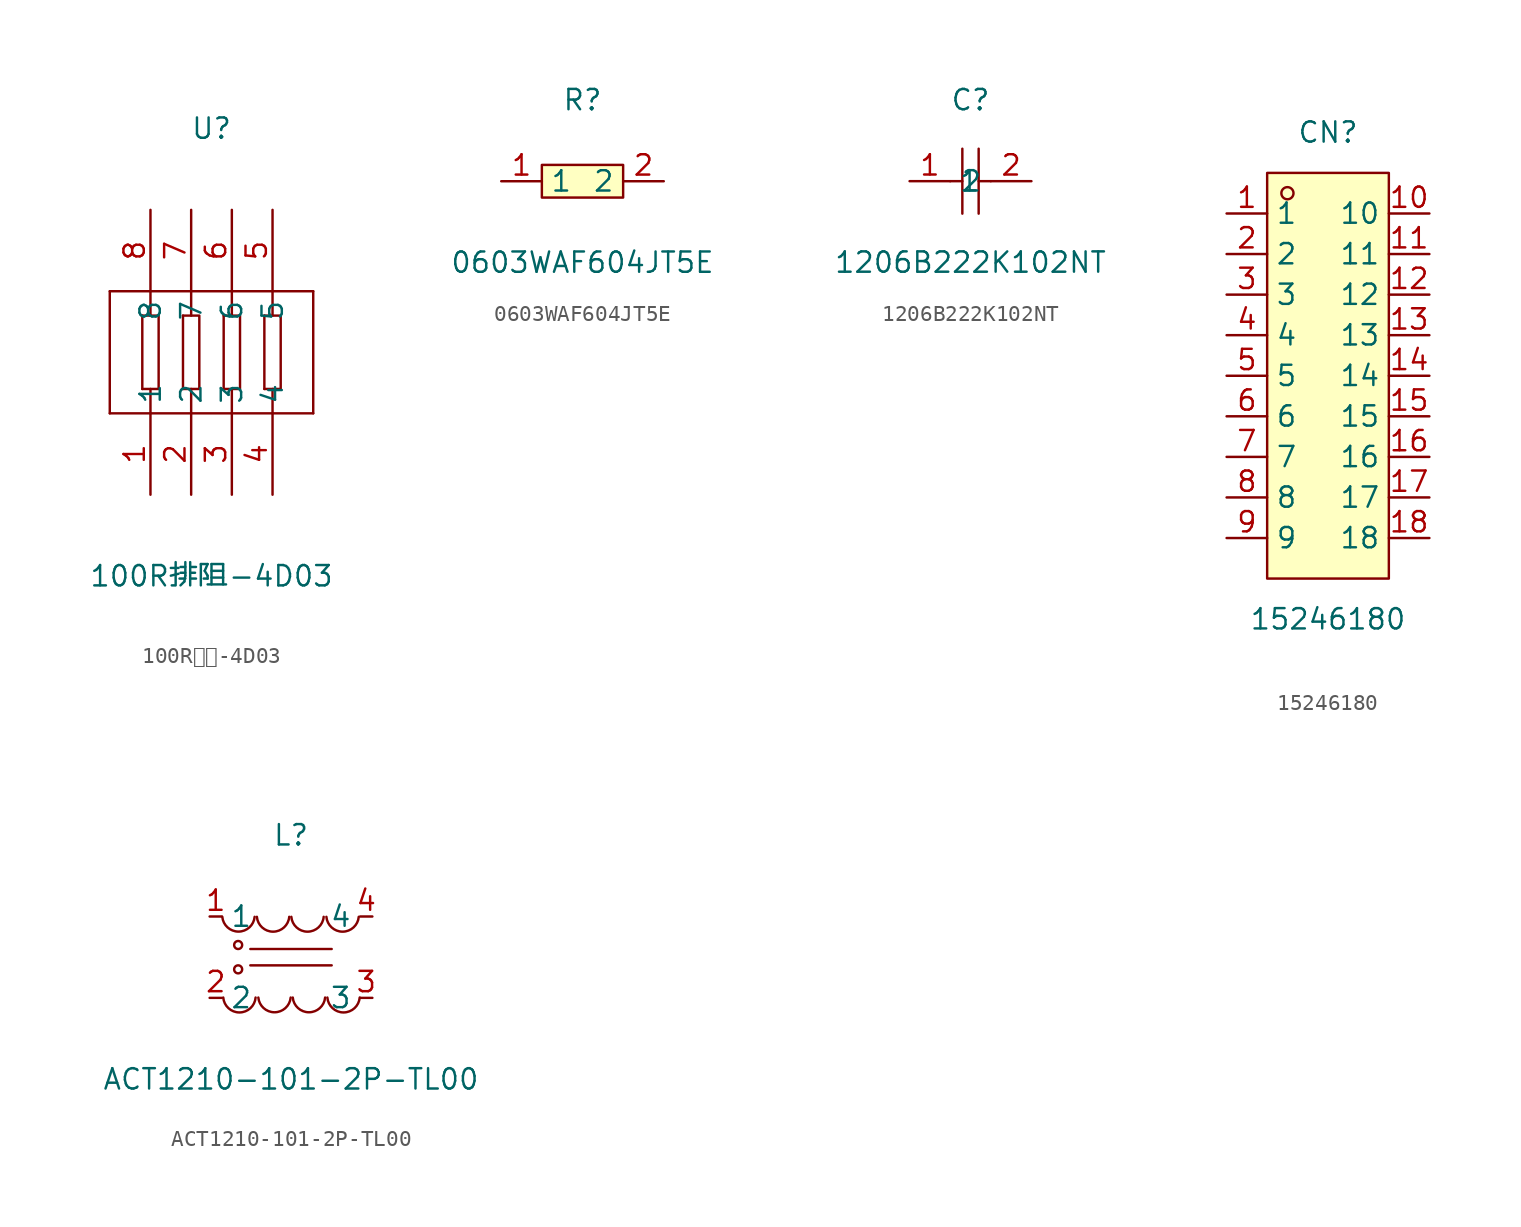
<source format=kicad_sym>
(kicad_symbol_lib
  (version 20211014)
  (generator https://github.com/uPesy/easyeda2kicad.py)
  (symbol "100R排阻-4D03"
    (property "Reference" "U"
      (at 0 13.97 0)
      (effects (font (size 1.27 1.27))))
    (property "Value" "100R排阻-4D03"
      (at 0 -13.97 0)
      (effects (font (size 1.27 1.27))))
    (symbol "100R排阻-4D03_0_1"
      (polyline (pts (xy 3.81 -3.81) (xy 3.81 -2.29)) (stroke (width 0) (type default) (color 0 0 0 0)) (fill (type none)))
      (polyline (pts (xy -6.35 -3.81) (xy 6.35 -3.81)) (stroke (width 0) (type default) (color 0 0 0 0)) (fill (type none)))
      (polyline (pts (xy -6.35 3.81) (xy 6.35 3.81)) (stroke (width 0) (type default) (color 0 0 0 0)) (fill (type none)))
      (polyline (pts (xy -3.81 -3.81) (xy -3.81 -2.29)) (stroke (width 0) (type default) (color 0 0 0 0)) (fill (type none)))
      (polyline (pts (xy 1.27 -3.81) (xy 1.27 -2.29)) (stroke (width 0) (type default) (color 0 0 0 0)) (fill (type none)))
      (polyline (pts (xy -6.35 -3.81) (xy -6.35 3.81)) (stroke (width 0) (type default) (color 0 0 0 0)) (fill (type none)))
      (polyline (pts (xy -1.27 -3.81) (xy -1.27 -2.29)) (stroke (width 0) (type default) (color 0 0 0 0)) (fill (type none)))
      (polyline (pts (xy -4.32 -2.29) (xy -4.32 2.29)) (stroke (width 0) (type default) (color 0 0 0 0)) (fill (type none)))
      (polyline (pts (xy -4.32 -2.29) (xy -3.30 -2.29) (xy -3.30 2.29) (xy -4.32 2.29)) (stroke (width 0) (type default) (color 0 0 0 0)) (fill (type none)))
      (polyline (pts (xy -1.78 -2.29) (xy -1.78 2.29)) (stroke (width 0) (type default) (color 0 0 0 0)) (fill (type none)))
      (polyline (pts (xy -1.78 -2.29) (xy -0.76 -2.29) (xy -0.76 2.29) (xy -1.78 2.29)) (stroke (width 0) (type default) (color 0 0 0 0)) (fill (type none)))
      (polyline (pts (xy 0.76 -2.29) (xy 0.76 2.29)) (stroke (width 0) (type default) (color 0 0 0 0)) (fill (type none)))
      (polyline (pts (xy 0.76 -2.29) (xy 1.78 -2.29) (xy 1.78 2.29) (xy 0.76 2.29)) (stroke (width 0) (type default) (color 0 0 0 0)) (fill (type none)))
      (polyline (pts (xy 3.30 -2.29) (xy 3.30 2.29)) (stroke (width 0) (type default) (color 0 0 0 0)) (fill (type none)))
      (polyline (pts (xy 3.30 -2.29) (xy 4.32 -2.29) (xy 4.32 2.29) (xy 3.30 2.29)) (stroke (width 0) (type default) (color 0 0 0 0)) (fill (type none)))
      (polyline (pts (xy -3.81 2.29) (xy -3.81 3.81)) (stroke (width 0) (type default) (color 0 0 0 0)) (fill (type none)))
      (polyline (pts (xy -1.27 2.29) (xy -1.27 3.81)) (stroke (width 0) (type default) (color 0 0 0 0)) (fill (type none)))
      (polyline (pts (xy 1.27 2.29) (xy 1.27 3.81)) (stroke (width 0) (type default) (color 0 0 0 0)) (fill (type none)))
      (polyline (pts (xy 3.81 2.29) (xy 3.81 3.81)) (stroke (width 0) (type default) (color 0 0 0 0)) (fill (type none)))
      (polyline (pts (xy 6.35 -3.81) (xy 6.35 3.81)) (stroke (width 0) (type default) (color 0 0 0 0)) (fill (type none)))
      (pin input line (at -3.81 -8.89 90) (length 5.08) (name "1" (effects (font (size 1.27 1.27)))) (number "1" (effects (font (size 1.27 1.27)))))
      (pin input line (at -1.27 -8.89 90) (length 5.08) (name "2" (effects (font (size 1.27 1.27)))) (number "2" (effects (font (size 1.27 1.27)))))
      (pin input line (at 1.27 -8.89 90) (length 5.08) (name "3" (effects (font (size 1.27 1.27)))) (number "3" (effects (font (size 1.27 1.27)))))
      (pin input line (at 3.81 -8.89 90) (length 5.08) (name "4" (effects (font (size 1.27 1.27)))) (number "4" (effects (font (size 1.27 1.27)))))
      (pin input line (at 3.81 8.89 270) (length 5.08) (name "5" (effects (font (size 1.27 1.27)))) (number "5" (effects (font (size 1.27 1.27)))))
      (pin input line (at 1.27 8.89 270) (length 5.08) (name "6" (effects (font (size 1.27 1.27)))) (number "6" (effects (font (size 1.27 1.27)))))
      (pin input line (at -1.27 8.89 270) (length 5.08) (name "7" (effects (font (size 1.27 1.27)))) (number "7" (effects (font (size 1.27 1.27)))))
      (pin input line (at -3.81 8.89 270) (length 5.08) (name "8" (effects (font (size 1.27 1.27)))) (number "8" (effects (font (size 1.27 1.27)))))))
  (symbol "0603WAF604JT5E"
    (property "Reference" "R"
      (at 0 5.08 0)
      (effects (font (size 1.27 1.27))))
    (property "Value" "0603WAF604JT5E"
      (at 0 -5.08 0)
      (effects (font (size 1.27 1.27))))
    (symbol "0603WAF604JT5E_0_1"
      (rectangle (start -2.54 1.02) (end 2.54 -1.02) (stroke (width 0) (type default) (color 0 0 0 0)) (fill (type background)))
      (pin input line (at 5.08 -0.00 180) (length 2.54) (name "2" (effects (font (size 1.27 1.27)))) (number "2" (effects (font (size 1.27 1.27)))))
      (pin input line (at -5.08 -0.00 0) (length 2.54) (name "1" (effects (font (size 1.27 1.27)))) (number "1" (effects (font (size 1.27 1.27)))))))
  (symbol "1206B222K102NT"
    (property "Reference" "C"
      (at 0 5.08 0)
      (effects (font (size 1.27 1.27))))
    (property "Value" "1206B222K102NT"
      (at 0 -5.08 0)
      (effects (font (size 1.27 1.27))))
    (symbol "1206B222K102NT_0_1"
      (polyline (pts (xy -0.51 2.03) (xy -0.51 -2.03)) (stroke (width 0) (type default) (color 0 0 0 0)) (fill (type none)))
      (polyline (pts (xy 0.51 2.03) (xy 0.51 -2.03)) (stroke (width 0) (type default) (color 0 0 0 0)) (fill (type none)))
      (polyline (pts (xy -1.27 -0.00) (xy -0.51 -0.00)) (stroke (width 0) (type default) (color 0 0 0 0)) (fill (type none)))
      (polyline (pts (xy 0.51 -0.00) (xy 1.27 -0.00)) (stroke (width 0) (type default) (color 0 0 0 0)) (fill (type none)))
      (pin input line (at -3.81 -0.00 0) (length 2.54) (name "1" (effects (font (size 1.27 1.27)))) (number "1" (effects (font (size 1.27 1.27)))))
      (pin input line (at 3.81 -0.00 180) (length 2.54) (name "2" (effects (font (size 1.27 1.27)))) (number "2" (effects (font (size 1.27 1.27)))))))
  (symbol "15246180"
    (property "Reference" "CN"
      (at 0 15.24 0)
      (effects (font (size 1.27 1.27))))
    (property "Value" "15246180"
      (at 0 -15.24 0)
      (effects (font (size 1.27 1.27))))
    (symbol "15246180_0_1"
      (rectangle (start -3.81 12.70) (end 3.81 -12.70) (stroke (width 0) (type default) (color 0 0 0 0)) (fill (type background)))
      (circle (center -2.54 11.43) (radius 0.38) (stroke (width 0) (type default) (color 0 0 0 0)) (fill (type none)))
      (pin unspecified line (at -6.35 10.16 0) (length 2.54) (name "1" (effects (font (size 1.27 1.27)))) (number "1" (effects (font (size 1.27 1.27)))))
      (pin unspecified line (at -6.35 7.62 0) (length 2.54) (name "2" (effects (font (size 1.27 1.27)))) (number "2" (effects (font (size 1.27 1.27)))))
      (pin unspecified line (at -6.35 5.08 0) (length 2.54) (name "3" (effects (font (size 1.27 1.27)))) (number "3" (effects (font (size 1.27 1.27)))))
      (pin unspecified line (at -6.35 2.54 0) (length 2.54) (name "4" (effects (font (size 1.27 1.27)))) (number "4" (effects (font (size 1.27 1.27)))))
      (pin unspecified line (at -6.35 -0.00 0) (length 2.54) (name "5" (effects (font (size 1.27 1.27)))) (number "5" (effects (font (size 1.27 1.27)))))
      (pin unspecified line (at -6.35 -2.54 0) (length 2.54) (name "6" (effects (font (size 1.27 1.27)))) (number "6" (effects (font (size 1.27 1.27)))))
      (pin unspecified line (at -6.35 -5.08 0) (length 2.54) (name "7" (effects (font (size 1.27 1.27)))) (number "7" (effects (font (size 1.27 1.27)))))
      (pin unspecified line (at -6.35 -7.62 0) (length 2.54) (name "8" (effects (font (size 1.27 1.27)))) (number "8" (effects (font (size 1.27 1.27)))))
      (pin unspecified line (at -6.35 -10.16 0) (length 2.54) (name "9" (effects (font (size 1.27 1.27)))) (number "9" (effects (font (size 1.27 1.27)))))
      (pin unspecified line (at 6.35 10.16 180) (length 2.54) (name "10" (effects (font (size 1.27 1.27)))) (number "10" (effects (font (size 1.27 1.27)))))
      (pin unspecified line (at 6.35 7.62 180) (length 2.54) (name "11" (effects (font (size 1.27 1.27)))) (number "11" (effects (font (size 1.27 1.27)))))
      (pin unspecified line (at 6.35 5.08 180) (length 2.54) (name "12" (effects (font (size 1.27 1.27)))) (number "12" (effects (font (size 1.27 1.27)))))
      (pin unspecified line (at 6.35 2.54 180) (length 2.54) (name "13" (effects (font (size 1.27 1.27)))) (number "13" (effects (font (size 1.27 1.27)))))
      (pin unspecified line (at 6.35 -0.00 180) (length 2.54) (name "14" (effects (font (size 1.27 1.27)))) (number "14" (effects (font (size 1.27 1.27)))))
      (pin unspecified line (at 6.35 -2.54 180) (length 2.54) (name "15" (effects (font (size 1.27 1.27)))) (number "15" (effects (font (size 1.27 1.27)))))
      (pin unspecified line (at 6.35 -5.08 180) (length 2.54) (name "16" (effects (font (size 1.27 1.27)))) (number "16" (effects (font (size 1.27 1.27)))))
      (pin unspecified line (at 6.35 -7.62 180) (length 2.54) (name "17" (effects (font (size 1.27 1.27)))) (number "17" (effects (font (size 1.27 1.27)))))
      (pin unspecified line (at 6.35 -10.16 180) (length 2.54) (name "18" (effects (font (size 1.27 1.27)))) (number "18" (effects (font (size 1.27 1.27)))))))
  (symbol "ACT1210-101-2P-TL00"
    (property "Reference" "L"
      (at 0 7.62 0)
      (effects (font (size 1.27 1.27))))
    (property "Value" "ACT1210-101-2P-TL00"
      (at 0 -7.62 0)
      (effects (font (size 1.27 1.27))))
    (symbol "ACT1210-101-2P-TL00_0_1"
      (circle (center -3.30 0.76) (radius 0.25) (stroke (width 0) (type default) (color 0 0 0 0)) (fill (type none)))
      (circle (center -3.30 -0.76) (radius 0.25) (stroke (width 0) (type default) (color 0 0 0 0)) (fill (type none)))
      (arc (start -4.29 2.52) (mid -2.81 1.53) (end -2.27 2.52) (stroke (width 0) (type default) (color 0 0 0 0)) (fill (type none)))
      (arc (start -2.13 2.52) (mid -0.66 1.53) (end -0.11 2.52) (stroke (width 0) (type default) (color 0 0 0 0)) (fill (type none)))
      (arc (start 0.02 2.52) (mid 1.49 1.53) (end 2.04 2.52) (stroke (width 0) (type default) (color 0 0 0 0)) (fill (type none)))
      (arc (start 2.21 2.52) (mid 3.68 1.53) (end 4.23 2.52) (stroke (width 0) (type default) (color 0 0 0 0)) (fill (type none)))
      (arc (start 4.29 -2.52) (mid 3.74 -3.34) (end 2.27 -2.52) (stroke (width 0) (type default) (color 0 0 0 0)) (fill (type none)))
      (arc (start 2.13 -2.52) (mid 1.58 -3.33) (end 0.11 -2.52) (stroke (width 0) (type default) (color 0 0 0 0)) (fill (type none)))
      (arc (start -0.02 -2.52) (mid -0.57 -3.33) (end -2.04 -2.52) (stroke (width 0) (type default) (color 0 0 0 0)) (fill (type none)))
      (arc (start -2.21 -2.52) (mid -2.76 -3.34) (end -4.23 -2.52) (stroke (width 0) (type default) (color 0 0 0 0)) (fill (type none)))
      (polyline (pts (xy -2.54 0.51) (xy 2.54 0.51)) (stroke (width 0) (type default) (color 0 0 0 0)) (fill (type none)))
      (polyline (pts (xy -2.54 -0.51) (xy 2.54 -0.51)) (stroke (width 0) (type default) (color 0 0 0 0)) (fill (type none)))
      (pin unspecified line (at 5.08 -2.54 180) (length 0.762) (name "3" (effects (font (size 1.27 1.27)))) (number "3" (effects (font (size 1.27 1.27)))))
      (pin unspecified line (at -5.08 -2.54 0) (length 0.762) (name "2" (effects (font (size 1.27 1.27)))) (number "2" (effects (font (size 1.27 1.27)))))
      (pin unspecified line (at -5.08 2.54 0) (length 0.762) (name "1" (effects (font (size 1.27 1.27)))) (number "1" (effects (font (size 1.27 1.27)))))
      (pin unspecified line (at 5.08 2.54 180) (length 0.762) (name "4" (effects (font (size 1.27 1.27)))) (number "4" (effects (font (size 1.27 1.27))))))))
</source>
